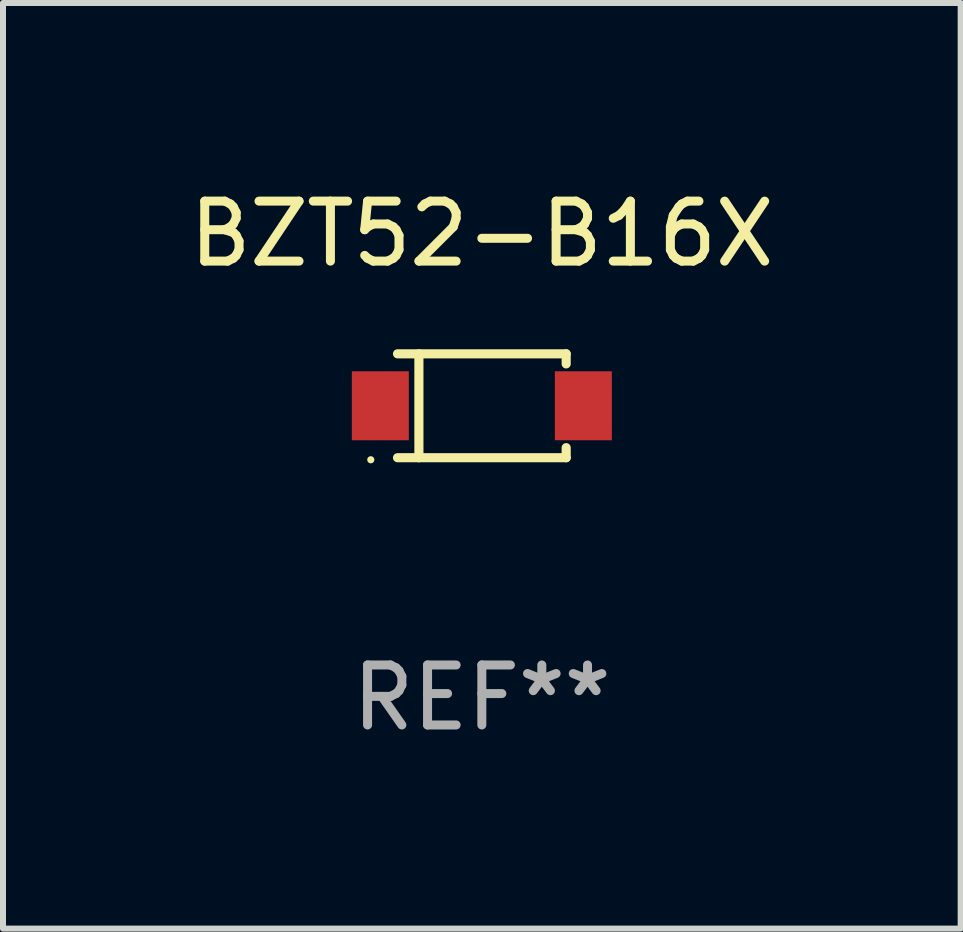
<source format=kicad_pcb>
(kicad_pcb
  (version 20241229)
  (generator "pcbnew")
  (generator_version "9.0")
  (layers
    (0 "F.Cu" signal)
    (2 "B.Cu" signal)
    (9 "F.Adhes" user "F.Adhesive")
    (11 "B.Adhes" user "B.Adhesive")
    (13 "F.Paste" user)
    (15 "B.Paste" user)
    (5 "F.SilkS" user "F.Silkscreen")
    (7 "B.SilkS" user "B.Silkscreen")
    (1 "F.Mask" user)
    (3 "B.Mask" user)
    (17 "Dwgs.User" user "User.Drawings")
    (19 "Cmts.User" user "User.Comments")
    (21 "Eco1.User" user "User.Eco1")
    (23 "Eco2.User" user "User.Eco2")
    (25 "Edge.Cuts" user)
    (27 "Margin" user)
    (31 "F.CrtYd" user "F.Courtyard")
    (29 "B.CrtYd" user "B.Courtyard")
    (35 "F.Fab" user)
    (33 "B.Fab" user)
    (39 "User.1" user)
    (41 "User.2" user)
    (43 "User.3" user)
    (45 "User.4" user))
  (footprint "BZT52-B16X"
    (layer "F.Cu")
    (at 4.982 3.714)
    (property "Reference" "BZT52-B16X" (at 0 -2.866 0) (layer "F.SilkS") (effects (font (size 1 1) (thickness 0.15))))
    (attr through_hole)
    (fp_line (start -1.406 -0.866) (end 1.406 -0.866) (stroke (width 0.152) (type solid)) (layer "F.SilkS"))
    (fp_line (start -1.406 0.866) (end 1.406 0.866) (stroke (width 0.152) (type solid)) (layer "F.SilkS"))
    (fp_line (start -1.049 -0.866) (end -1.049 0.866) (stroke (width 0.152) (type solid)) (layer "F.SilkS"))
    (fp_line (start 1.406 -0.866) (end 1.406 -0.698) (stroke (width 0.152) (type solid)) (layer "F.SilkS"))
    (fp_line (start 1.406 0.866) (end 1.406 0.698) (stroke (width 0.152) (type solid)) (layer "F.SilkS"))
    (fp_circle (center -1.851 0.9) (end -1.821 0.9) (stroke (width 0.06) (type solid)) (fill no) (layer "F.SilkS"))
    (fp_text user "REF**" (at 0 4.866 0) (layer "F.Fab") (effects (font (size 1 1) (thickness 0.15))))
    (pad "1" smd rect (at -1.692 0) (size 0.95 1.15) (layers "F.Cu" "F.Mask" "F.Paste"))
    (pad "2" smd rect (at 1.692 0) (size 0.95 1.15) (layers "F.Cu" "F.Mask" "F.Paste")))
  (gr_rect
    (start -3 -3)
    (end 12.964 12.429)
    (stroke (width 0.1) (type default))
    (fill no)
    (layer "Edge.Cuts")))
</source>
